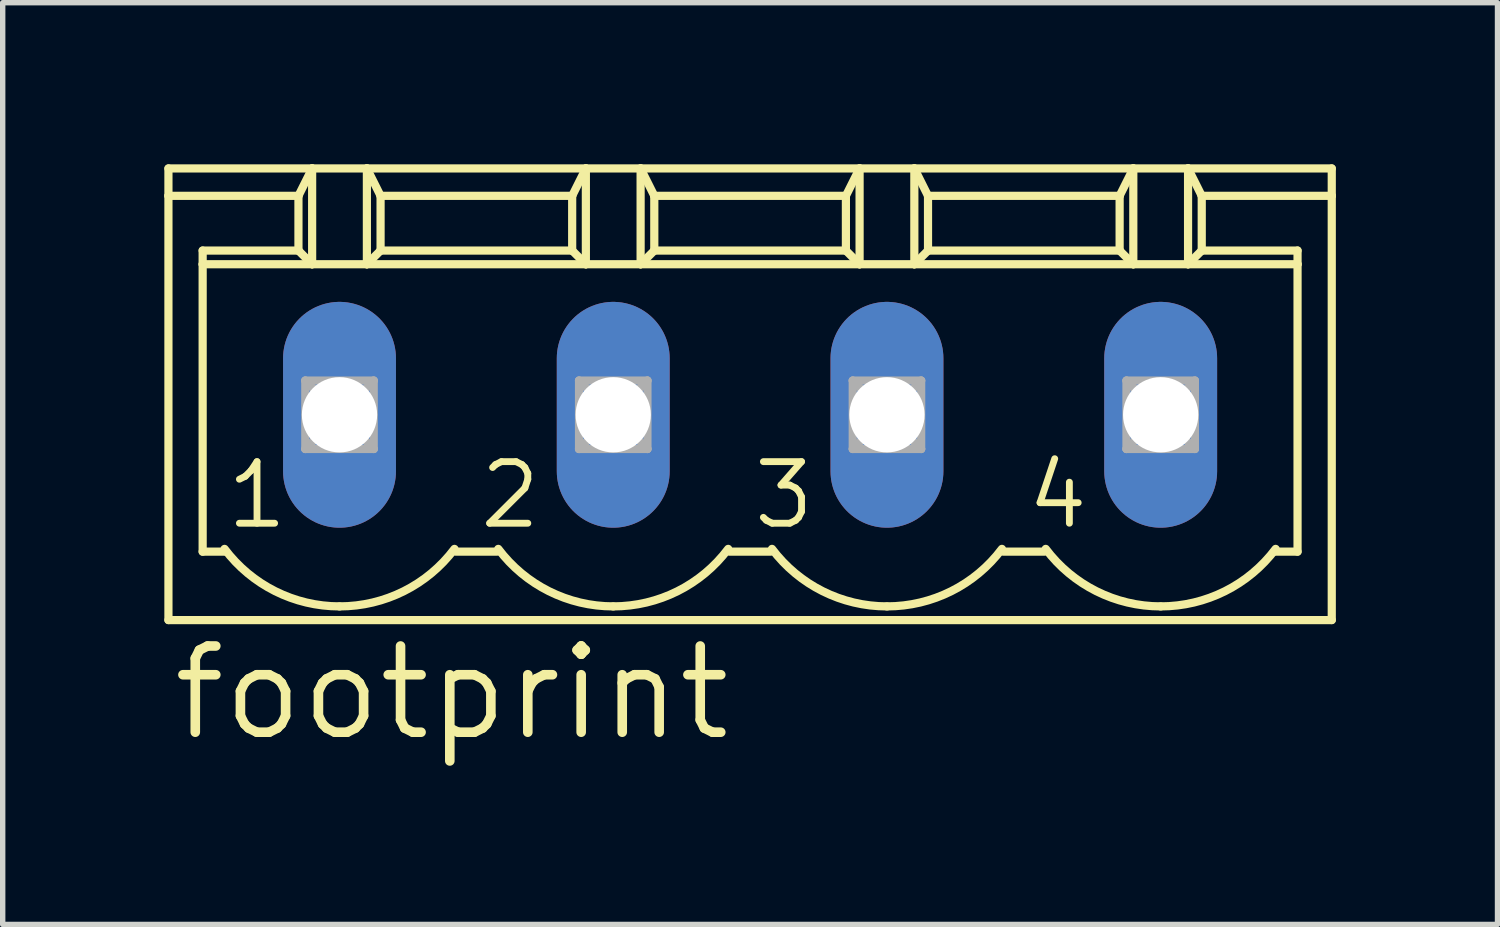
<source format=kicad_pcb>
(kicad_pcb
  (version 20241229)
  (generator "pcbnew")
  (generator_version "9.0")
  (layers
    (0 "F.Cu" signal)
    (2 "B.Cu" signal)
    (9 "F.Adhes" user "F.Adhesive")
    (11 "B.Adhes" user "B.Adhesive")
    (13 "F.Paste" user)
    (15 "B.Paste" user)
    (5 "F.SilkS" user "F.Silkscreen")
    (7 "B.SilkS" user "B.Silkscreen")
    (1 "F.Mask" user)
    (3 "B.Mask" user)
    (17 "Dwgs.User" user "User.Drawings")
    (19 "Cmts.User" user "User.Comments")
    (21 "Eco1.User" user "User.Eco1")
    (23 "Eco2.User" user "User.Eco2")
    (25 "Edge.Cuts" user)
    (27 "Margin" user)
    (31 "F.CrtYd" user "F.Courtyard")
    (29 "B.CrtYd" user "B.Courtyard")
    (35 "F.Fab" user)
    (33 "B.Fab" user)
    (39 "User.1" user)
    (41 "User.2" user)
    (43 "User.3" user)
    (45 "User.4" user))
  (footprint "footprint"
    (layer "F.Cu")
    (at 10.871 4.648)
    (property "Reference" "footprint" (at -10.795 6.096 0) (layer "F.SilkS") (effects (font (size 1.6 1.6) (thickness 0.178)) (justify left bottom)))
    (fp_line (start -10.795 -4.572) (end -10.795 -4.064) (stroke (width 0.152) (type solid)) (layer "F.SilkS"))
    (fp_line (start -10.795 -4.572) (end -8.128 -4.572) (stroke (width 0.152) (type solid)) (layer "F.SilkS"))
    (fp_line (start -10.795 -4.064) (end -10.795 3.81) (stroke (width 0.152) (type solid)) (layer "F.SilkS"))
    (fp_line (start -10.795 -4.064) (end -8.382 -4.064) (stroke (width 0.152) (type solid)) (layer "F.SilkS"))
    (fp_line (start -10.795 3.81) (end 10.795 3.81) (stroke (width 0.152) (type solid)) (layer "F.SilkS"))
    (fp_line (start -10.16 -2.794) (end -10.16 -3.048) (stroke (width 0.152) (type solid)) (layer "F.SilkS"))
    (fp_line (start -10.16 -2.794) (end -8.128 -2.794) (stroke (width 0.152) (type solid)) (layer "F.SilkS"))
    (fp_line (start -10.16 2.54) (end -10.16 -2.794) (stroke (width 0.152) (type solid)) (layer "F.SilkS"))
    (fp_line (start -10.16 2.54) (end -9.728 2.54) (stroke (width 0.152) (type solid)) (layer "F.SilkS"))
    (fp_line (start -8.382 -4.064) (end -8.382 -3.048) (stroke (width 0.152) (type solid)) (layer "F.SilkS"))
    (fp_line (start -8.382 -4.064) (end -8.128 -4.572) (stroke (width 0.152) (type solid)) (layer "F.SilkS"))
    (fp_line (start -8.382 -3.048) (end -10.16 -3.048) (stroke (width 0.152) (type solid)) (layer "F.SilkS"))
    (fp_line (start -8.382 -3.048) (end -8.128 -2.794) (stroke (width 0.152) (type solid)) (layer "F.SilkS"))
    (fp_line (start -8.128 -4.572) (end -7.112 -4.572) (stroke (width 0.152) (type solid)) (layer "F.SilkS"))
    (fp_line (start -8.128 -2.794) (end -8.128 -4.572) (stroke (width 0.152) (type solid)) (layer "F.SilkS"))
    (fp_line (start -8.128 -2.794) (end -7.112 -2.794) (stroke (width 0.152) (type solid)) (layer "F.SilkS"))
    (fp_line (start -7.112 -4.572) (end -6.858 -4.064) (stroke (width 0.152) (type solid)) (layer "F.SilkS"))
    (fp_line (start -7.112 -4.572) (end -3.048 -4.572) (stroke (width 0.152) (type solid)) (layer "F.SilkS"))
    (fp_line (start -7.112 -2.794) (end -7.112 -4.572) (stroke (width 0.152) (type solid)) (layer "F.SilkS"))
    (fp_line (start -7.112 -2.794) (end -3.048 -2.794) (stroke (width 0.152) (type solid)) (layer "F.SilkS"))
    (fp_line (start -6.858 -4.064) (end -6.858 -3.048) (stroke (width 0.152) (type solid)) (layer "F.SilkS"))
    (fp_line (start -6.858 -4.064) (end -3.302 -4.064) (stroke (width 0.152) (type solid)) (layer "F.SilkS"))
    (fp_line (start -6.858 -3.048) (end -7.112 -2.794) (stroke (width 0.152) (type solid)) (layer "F.SilkS"))
    (fp_line (start -5.461 2.54) (end -4.699 2.54) (stroke (width 0.152) (type solid)) (layer "F.SilkS"))
    (fp_line (start -3.302 -4.064) (end -3.302 -3.048) (stroke (width 0.152) (type solid)) (layer "F.SilkS"))
    (fp_line (start -3.302 -4.064) (end -3.048 -4.572) (stroke (width 0.152) (type solid)) (layer "F.SilkS"))
    (fp_line (start -3.302 -3.048) (end -6.858 -3.048) (stroke (width 0.152) (type solid)) (layer "F.SilkS"))
    (fp_line (start -3.302 -3.048) (end -3.048 -2.794) (stroke (width 0.152) (type solid)) (layer "F.SilkS"))
    (fp_line (start -3.048 -4.572) (end -2.032 -4.572) (stroke (width 0.152) (type solid)) (layer "F.SilkS"))
    (fp_line (start -3.048 -2.794) (end -3.048 -4.572) (stroke (width 0.152) (type solid)) (layer "F.SilkS"))
    (fp_line (start -3.048 -2.794) (end -2.032 -2.794) (stroke (width 0.152) (type solid)) (layer "F.SilkS"))
    (fp_line (start -2.032 -4.572) (end -1.778 -4.064) (stroke (width 0.152) (type solid)) (layer "F.SilkS"))
    (fp_line (start -2.032 -4.572) (end 2.032 -4.572) (stroke (width 0.152) (type solid)) (layer "F.SilkS"))
    (fp_line (start -2.032 -2.794) (end -2.032 -4.572) (stroke (width 0.152) (type solid)) (layer "F.SilkS"))
    (fp_line (start -2.032 -2.794) (end 2.032 -2.794) (stroke (width 0.152) (type solid)) (layer "F.SilkS"))
    (fp_line (start -1.778 -4.064) (end -1.778 -3.048) (stroke (width 0.152) (type solid)) (layer "F.SilkS"))
    (fp_line (start -1.778 -4.064) (end 1.778 -4.064) (stroke (width 0.152) (type solid)) (layer "F.SilkS"))
    (fp_line (start -1.778 -3.048) (end -2.032 -2.794) (stroke (width 0.152) (type solid)) (layer "F.SilkS"))
    (fp_line (start -0.381 2.54) (end 0.381 2.54) (stroke (width 0.152) (type solid)) (layer "F.SilkS"))
    (fp_line (start 1.778 -4.064) (end 1.778 -3.048) (stroke (width 0.152) (type solid)) (layer "F.SilkS"))
    (fp_line (start 1.778 -4.064) (end 2.032 -4.572) (stroke (width 0.152) (type solid)) (layer "F.SilkS"))
    (fp_line (start 1.778 -3.048) (end -1.778 -3.048) (stroke (width 0.152) (type solid)) (layer "F.SilkS"))
    (fp_line (start 1.778 -3.048) (end 2.032 -2.794) (stroke (width 0.152) (type solid)) (layer "F.SilkS"))
    (fp_line (start 2.032 -4.572) (end 3.048 -4.572) (stroke (width 0.152) (type solid)) (layer "F.SilkS"))
    (fp_line (start 2.032 -2.794) (end 2.032 -4.572) (stroke (width 0.152) (type solid)) (layer "F.SilkS"))
    (fp_line (start 2.032 -2.794) (end 3.048 -2.794) (stroke (width 0.152) (type solid)) (layer "F.SilkS"))
    (fp_line (start 3.048 -4.572) (end 3.302 -4.064) (stroke (width 0.152) (type solid)) (layer "F.SilkS"))
    (fp_line (start 3.048 -4.572) (end 7.112 -4.572) (stroke (width 0.152) (type solid)) (layer "F.SilkS"))
    (fp_line (start 3.048 -2.794) (end 3.048 -4.572) (stroke (width 0.152) (type solid)) (layer "F.SilkS"))
    (fp_line (start 3.048 -2.794) (end 7.112 -2.794) (stroke (width 0.152) (type solid)) (layer "F.SilkS"))
    (fp_line (start 3.302 -4.064) (end 3.302 -3.048) (stroke (width 0.152) (type solid)) (layer "F.SilkS"))
    (fp_line (start 3.302 -4.064) (end 6.858 -4.064) (stroke (width 0.152) (type solid)) (layer "F.SilkS"))
    (fp_line (start 3.302 -3.048) (end 3.048 -2.794) (stroke (width 0.152) (type solid)) (layer "F.SilkS"))
    (fp_line (start 3.302 -3.048) (end 6.858 -3.048) (stroke (width 0.152) (type solid)) (layer "F.SilkS"))
    (fp_line (start 4.699 2.54) (end 5.461 2.54) (stroke (width 0.152) (type solid)) (layer "F.SilkS"))
    (fp_line (start 6.858 -4.064) (end 6.858 -3.048) (stroke (width 0.152) (type solid)) (layer "F.SilkS"))
    (fp_line (start 6.858 -4.064) (end 7.112 -4.572) (stroke (width 0.152) (type solid)) (layer "F.SilkS"))
    (fp_line (start 6.858 -3.048) (end 7.112 -2.794) (stroke (width 0.152) (type solid)) (layer "F.SilkS"))
    (fp_line (start 7.112 -4.572) (end 8.128 -4.572) (stroke (width 0.152) (type solid)) (layer "F.SilkS"))
    (fp_line (start 7.112 -2.794) (end 7.112 -4.572) (stroke (width 0.152) (type solid)) (layer "F.SilkS"))
    (fp_line (start 7.112 -2.794) (end 8.128 -2.794) (stroke (width 0.152) (type solid)) (layer "F.SilkS"))
    (fp_line (start 8.128 -4.572) (end 8.382 -4.064) (stroke (width 0.152) (type solid)) (layer "F.SilkS"))
    (fp_line (start 8.128 -4.572) (end 10.795 -4.572) (stroke (width 0.152) (type solid)) (layer "F.SilkS"))
    (fp_line (start 8.128 -2.794) (end 8.128 -4.572) (stroke (width 0.152) (type solid)) (layer "F.SilkS"))
    (fp_line (start 8.128 -2.794) (end 10.16 -2.794) (stroke (width 0.152) (type solid)) (layer "F.SilkS"))
    (fp_line (start 8.382 -4.064) (end 8.382 -3.048) (stroke (width 0.152) (type solid)) (layer "F.SilkS"))
    (fp_line (start 8.382 -4.064) (end 10.795 -4.064) (stroke (width 0.152) (type solid)) (layer "F.SilkS"))
    (fp_line (start 8.382 -3.048) (end 8.128 -2.794) (stroke (width 0.152) (type solid)) (layer "F.SilkS"))
    (fp_line (start 8.382 -3.048) (end 10.16 -3.048) (stroke (width 0.152) (type solid)) (layer "F.SilkS"))
    (fp_line (start 9.728 2.54) (end 10.16 2.54) (stroke (width 0.152) (type solid)) (layer "F.SilkS"))
    (fp_line (start 10.16 -3.048) (end 10.16 -2.794) (stroke (width 0.152) (type solid)) (layer "F.SilkS"))
    (fp_line (start 10.16 -2.794) (end 10.16 2.54) (stroke (width 0.152) (type solid)) (layer "F.SilkS"))
    (fp_line (start 10.795 -4.064) (end 10.795 -4.572) (stroke (width 0.152) (type solid)) (layer "F.SilkS"))
    (fp_line (start 10.795 3.81) (end 10.795 -4.064) (stroke (width 0.152) (type solid)) (layer "F.SilkS"))
    (fp_arc (start -7.619999 3.556) (mid -8.812718 3.274437) (end -9.7536 2.4892) (stroke (width 0.1524) (type solid)) (layer "F.SilkS"))
    (fp_arc (start -5.486399 2.4892) (mid -6.427281 3.274438) (end -7.62 3.556) (stroke (width 0.1524) (type solid)) (layer "F.SilkS"))
    (fp_arc (start -2.539999 3.556) (mid -3.732718 3.274437) (end -4.6736 2.4892) (stroke (width 0.1524) (type solid)) (layer "F.SilkS"))
    (fp_arc (start -0.406399 2.4892) (mid -1.347281 3.274438) (end -2.54 3.556) (stroke (width 0.1524) (type solid)) (layer "F.SilkS"))
    (fp_arc (start 2.540001 3.556) (mid 1.347282 3.274438) (end 0.4064 2.4892) (stroke (width 0.1524) (type solid)) (layer "F.SilkS"))
    (fp_arc (start 4.6736 2.489199) (mid 3.732719 3.274437) (end 2.54 3.556) (stroke (width 0.1524) (type solid)) (layer "F.SilkS"))
    (fp_arc (start 7.620001 3.556) (mid 6.427282 3.274438) (end 5.4864 2.4892) (stroke (width 0.1524) (type solid)) (layer "F.SilkS"))
    (fp_arc (start 9.7536 2.489199) (mid 8.812719 3.274437) (end 7.62 3.556) (stroke (width 0.1524) (type solid)) (layer "F.SilkS"))
    (fp_line (start -8.255 -0.635) (end -8.255 0.635) (stroke (width 0.152) (type solid)) (layer "F.Fab"))
    (fp_line (start -8.255 -0.635) (end -6.985 0.635) (stroke (width 0.152) (type solid)) (layer "F.Fab"))
    (fp_line (start -8.255 0.635) (end -6.985 -0.635) (stroke (width 0.152) (type solid)) (layer "F.Fab"))
    (fp_line (start -8.255 0.635) (end -6.985 0.635) (stroke (width 0.152) (type solid)) (layer "F.Fab"))
    (fp_line (start -6.985 -0.635) (end -8.255 -0.635) (stroke (width 0.152) (type solid)) (layer "F.Fab"))
    (fp_line (start -6.985 0.635) (end -6.985 -0.635) (stroke (width 0.152) (type solid)) (layer "F.Fab"))
    (fp_line (start -3.175 -0.635) (end -3.175 0.635) (stroke (width 0.152) (type solid)) (layer "F.Fab"))
    (fp_line (start -3.175 -0.635) (end -1.905 0.635) (stroke (width 0.152) (type solid)) (layer "F.Fab"))
    (fp_line (start -3.175 0.635) (end -1.905 -0.635) (stroke (width 0.152) (type solid)) (layer "F.Fab"))
    (fp_line (start -3.175 0.635) (end -1.905 0.635) (stroke (width 0.152) (type solid)) (layer "F.Fab"))
    (fp_line (start -1.905 -0.635) (end -3.175 -0.635) (stroke (width 0.152) (type solid)) (layer "F.Fab"))
    (fp_line (start -1.905 0.635) (end -1.905 -0.635) (stroke (width 0.152) (type solid)) (layer "F.Fab"))
    (fp_line (start 1.905 -0.635) (end 1.905 0.635) (stroke (width 0.152) (type solid)) (layer "F.Fab"))
    (fp_line (start 1.905 -0.635) (end 3.175 0.635) (stroke (width 0.152) (type solid)) (layer "F.Fab"))
    (fp_line (start 1.905 0.635) (end 3.175 -0.635) (stroke (width 0.152) (type solid)) (layer "F.Fab"))
    (fp_line (start 1.905 0.635) (end 3.175 0.635) (stroke (width 0.152) (type solid)) (layer "F.Fab"))
    (fp_line (start 3.175 -0.635) (end 1.905 -0.635) (stroke (width 0.152) (type solid)) (layer "F.Fab"))
    (fp_line (start 3.175 0.635) (end 3.175 -0.635) (stroke (width 0.152) (type solid)) (layer "F.Fab"))
    (fp_line (start 6.985 -0.635) (end 6.985 0.635) (stroke (width 0.152) (type solid)) (layer "F.Fab"))
    (fp_line (start 6.985 -0.635) (end 8.255 0.635) (stroke (width 0.152) (type solid)) (layer "F.Fab"))
    (fp_line (start 6.985 0.635) (end 8.255 -0.635) (stroke (width 0.152) (type solid)) (layer "F.Fab"))
    (fp_line (start 6.985 0.635) (end 8.255 0.635) (stroke (width 0.152) (type solid)) (layer "F.Fab"))
    (fp_line (start 8.255 -0.635) (end 6.985 -0.635) (stroke (width 0.152) (type solid)) (layer "F.Fab"))
    (fp_line (start 8.255 0.635) (end 8.255 -0.635) (stroke (width 0.152) (type solid)) (layer "F.Fab"))
    (fp_text user "3" (at 0 2.159 0) (layer "F.SilkS") (effects (font (size 1.143 1.143) (thickness 0.127)) (justify left bottom)))
    (fp_text user "1" (at -9.779 2.159 0) (layer "F.SilkS") (effects (font (size 1.143 1.143) (thickness 0.127)) (justify left bottom)))
    (fp_text user "2" (at -5.08 2.159 0) (layer "F.SilkS") (effects (font (size 1.143 1.143) (thickness 0.127)) (justify left bottom)))
    (fp_text user "4" (at 5.08 2.159 0) (layer "F.SilkS") (effects (font (size 1.143 1.143) (thickness 0.127)) (justify left bottom)))
    (pad "1" thru_hole oval (at -7.62 0 90) (size 4.191 2.095) (drill 1.397) (layers "*.Cu" "*.Mask"))
    (pad "2" thru_hole oval (at -2.54 0 90) (size 4.191 2.095) (drill 1.397) (layers "*.Cu" "*.Mask"))
    (pad "3" thru_hole oval (at 2.54 0 90) (size 4.191 2.095) (drill 1.397) (layers "*.Cu" "*.Mask"))
    (pad "4" thru_hole oval (at 7.62 0 90) (size 4.191 2.095) (drill 1.397) (layers "*.Cu" "*.Mask")))
  (gr_rect
    (start -3 -3)
    (end 24.742 14.107)
    (stroke (width 0.1) (type default))
    (fill no)
    (layer "Edge.Cuts")))
</source>
